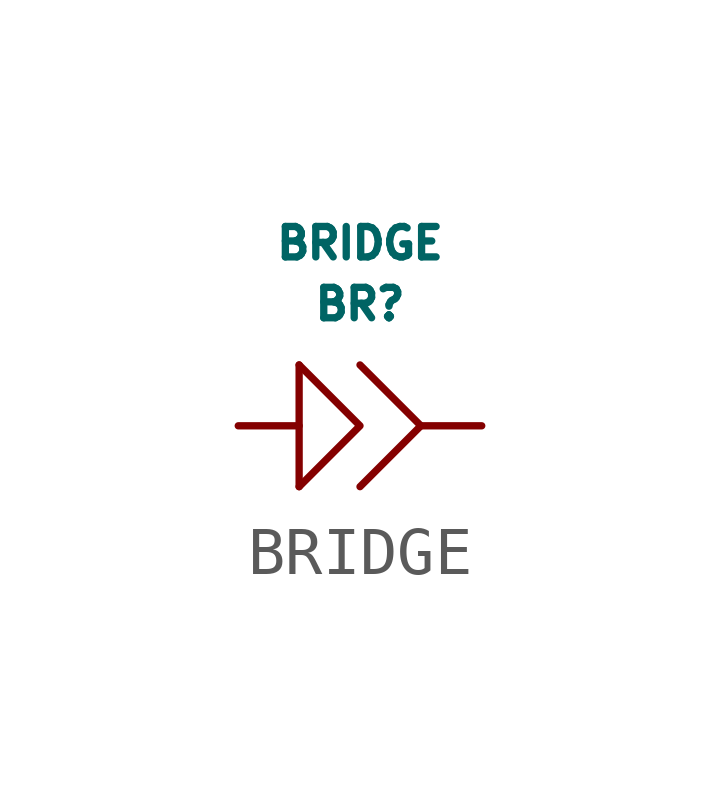
<source format=kicad_sym>
(kicad_symbol_lib
  (version 20241209)
  (generator "kicad_symbol_editor")
  (generator_version "9.0")
  (symbol "BRIDGE"
    (pin_numbers
      (hide yes))
    (pin_names
      (offset 1.016)
      (hide yes))
    (property "Reference" "BR"
      (at 0 2.54 0)
      (effects (font (size 0.635 0.635))))
    (property "Value" "BRIDGE"
      (at 0 3.81 0)
      (effects (font (size 0.635 0.635))))
    (symbol "BRIDGE_0_1"
      (polyline (pts (xy -1.27 1.27) (xy -1.27 -1.27)) (stroke (width 0) (type default)) (fill (type none)))
      (polyline (pts (xy -1.27 1.27) (xy 0 0) (xy -1.27 -1.27)) (stroke (width 0) (type default)) (fill (type none)))
      (polyline (pts (xy 0 1.27) (xy 1.27 0) (xy 0 -1.27)) (stroke (width 0) (type default)) (fill (type none))))
    (symbol "BRIDGE_1_1"
      (pin passive line (at -2.54 0 0) (length 1.27) (name "1" (effects (font (size 0.635 0.635)))) (number "1" (effects (font (size 0.635 0.635)))))
      (pin passive line (at 2.54 0 180) (length 1.27) (name "2" (effects (font (size 0.635 0.635)))) (number "2" (effects (font (size 0.635 0.635))))))))
</source>
